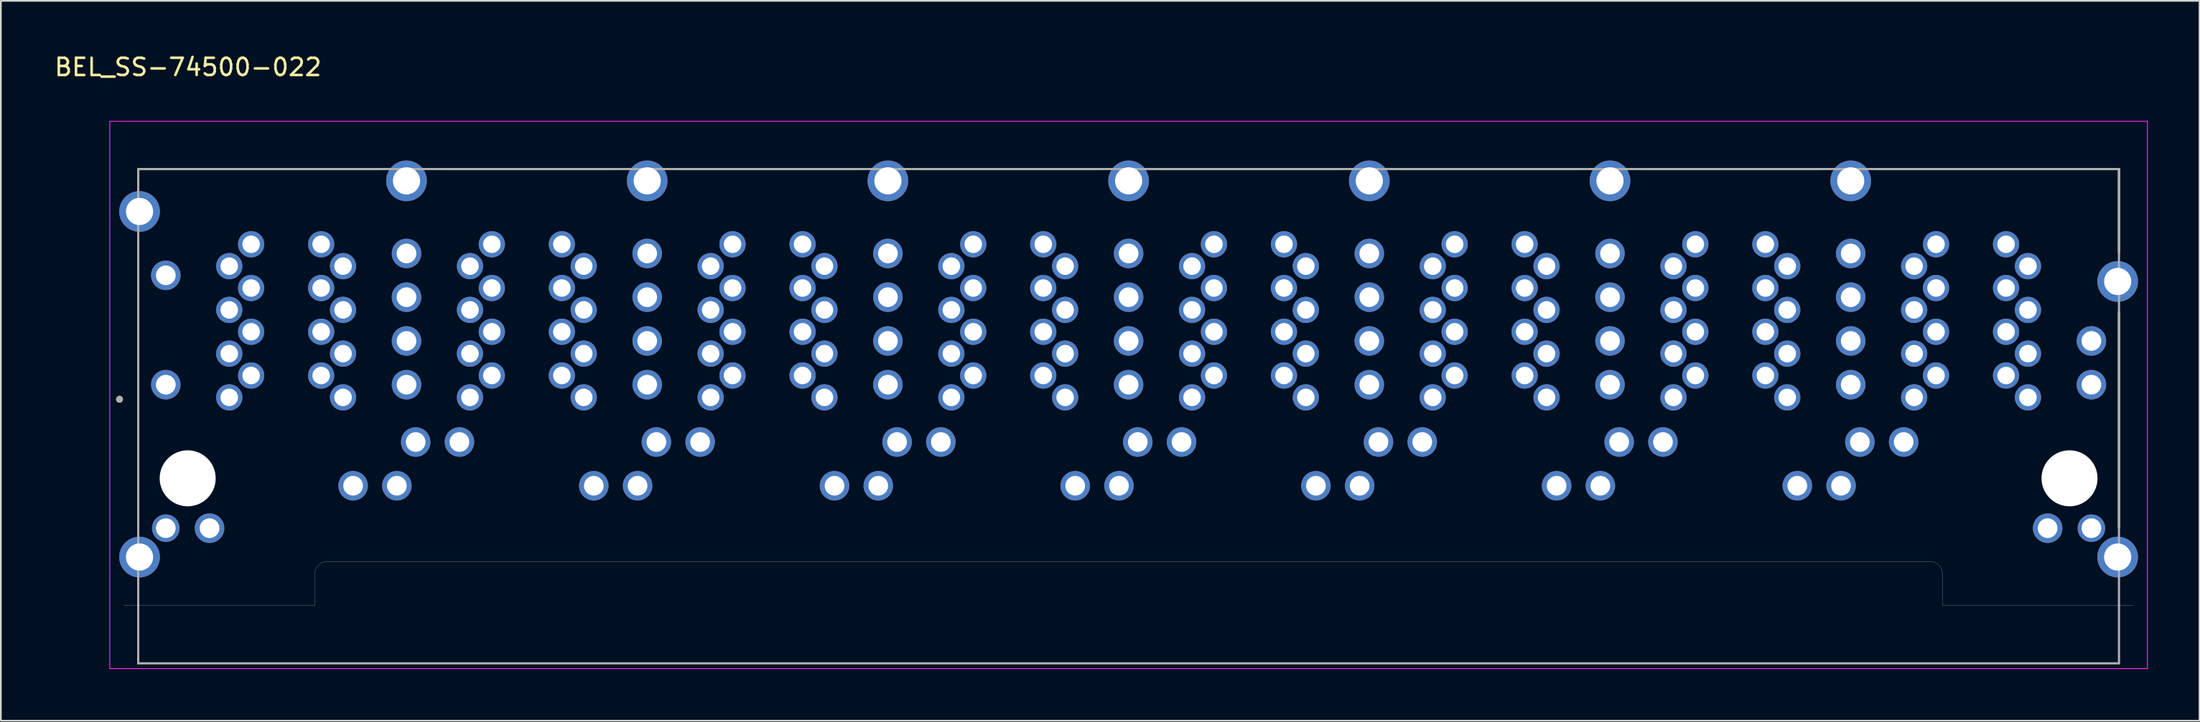
<source format=kicad_pcb>
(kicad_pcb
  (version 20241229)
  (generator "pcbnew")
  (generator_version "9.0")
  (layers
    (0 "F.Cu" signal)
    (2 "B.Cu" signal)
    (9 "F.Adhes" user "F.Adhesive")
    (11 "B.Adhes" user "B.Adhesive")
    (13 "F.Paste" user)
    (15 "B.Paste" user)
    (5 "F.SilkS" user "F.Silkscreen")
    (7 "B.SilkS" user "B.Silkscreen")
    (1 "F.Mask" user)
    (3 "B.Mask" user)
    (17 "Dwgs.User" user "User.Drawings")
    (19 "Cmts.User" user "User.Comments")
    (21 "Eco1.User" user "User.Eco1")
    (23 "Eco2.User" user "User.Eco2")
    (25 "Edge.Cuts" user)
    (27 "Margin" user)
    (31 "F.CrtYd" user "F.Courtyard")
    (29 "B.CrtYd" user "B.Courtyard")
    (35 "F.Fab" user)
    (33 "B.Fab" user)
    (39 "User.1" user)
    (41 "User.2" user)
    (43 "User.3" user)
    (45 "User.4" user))
  (footprint "BEL_SS-74500-022"
    (layer "F.Cu")
    (at 62.453 24.723)
    (property "Reference" "BEL_SS-74500-022" (at -54.59 -23.875 0) (layer "F.SilkS") (effects (font (size 1 1) (thickness 0.15))))
    (attr through_hole)
    (fp_line (start -57.48 -17.192) (end -57.48 -17.958) (stroke (width 0.127) (type solid)) (layer "F.SilkS"))
    (fp_line (start -57.48 -13.716) (end -57.48 2.743) (stroke (width 0.127) (type solid)) (layer "F.SilkS"))
    (fp_line (start -43.434 -17.958) (end -57.48 -17.958) (stroke (width 0.127) (type solid)) (layer "F.SilkS"))
    (fp_line (start -39.878 -17.958) (end -29.845 -17.958) (stroke (width 0.127) (type solid)) (layer "F.SilkS"))
    (fp_line (start -26.162 -17.958) (end -15.748 -17.958) (stroke (width 0.127) (type solid)) (layer "F.SilkS"))
    (fp_line (start -12.192 -17.958) (end -1.778 -17.958) (stroke (width 0.127) (type solid)) (layer "F.SilkS"))
    (fp_line (start 1.778 -17.958) (end 12.192 -17.958) (stroke (width 0.127) (type solid)) (layer "F.SilkS"))
    (fp_line (start 15.748 -17.958) (end 26.162 -17.958) (stroke (width 0.127) (type solid)) (layer "F.SilkS"))
    (fp_line (start 29.718 -17.958) (end 40.132 -17.958) (stroke (width 0.127) (type solid)) (layer "F.SilkS"))
    (fp_line (start 57.48 -17.958) (end 43.434 -17.958) (stroke (width 0.127) (type solid)) (layer "F.SilkS"))
    (fp_line (start 57.48 -13.11) (end 57.48 -17.958) (stroke (width 0.127) (type solid)) (layer "F.SilkS"))
    (fp_line (start 57.48 -9.652) (end 57.48 2.87) (stroke (width 0.127) (type solid)) (layer "F.SilkS"))
    (fp_circle (center -58.565 -4.59) (end -58.465 -4.59) (stroke (width 0.2) (type solid)) (fill no) (layer "F.SilkS"))
    (fp_line (start -58.293 7.366) (end -47.244 7.366) (stroke (width 0.01) (type solid)) (layer "Edge.Cuts"))
    (fp_line (start -47.244 7.366) (end -47.244 5.588) (stroke (width 0.01) (type solid)) (layer "Edge.Cuts"))
    (fp_line (start -46.482 4.826) (end 46.482 4.826) (stroke (width 0.01) (type solid)) (layer "Edge.Cuts"))
    (fp_line (start 47.244 5.588) (end 47.244 7.366) (stroke (width 0.01) (type solid)) (layer "Edge.Cuts"))
    (fp_line (start 47.244 7.366) (end 58.293 7.366) (stroke (width 0.01) (type solid)) (layer "Edge.Cuts"))
    (fp_arc (start -47.244 5.588) (mid -47.020815 5.049185) (end -46.482 4.826) (stroke (width 0.01) (type solid)) (layer "Edge.Cuts"))
    (fp_arc (start 46.482 4.826) (mid 47.020815 5.049185) (end 47.244 5.588) (stroke (width 0.01) (type solid)) (layer "Edge.Cuts"))
    (fp_line (start -59.13 -20.727) (end -59.13 11.05) (stroke (width 0.05) (type solid)) (layer "F.CrtYd"))
    (fp_line (start -59.13 11.05) (end 59.13 11.05) (stroke (width 0.05) (type solid)) (layer "F.CrtYd"))
    (fp_line (start 59.13 -20.727) (end -59.13 -20.727) (stroke (width 0.05) (type solid)) (layer "F.CrtYd"))
    (fp_line (start 59.13 11.05) (end 59.13 -20.727) (stroke (width 0.05) (type solid)) (layer "F.CrtYd"))
    (fp_line (start -57.48 -17.958) (end -57.48 10.744) (stroke (width 0.127) (type solid)) (layer "F.Fab"))
    (fp_line (start -57.48 10.744) (end 57.48 10.744) (stroke (width 0.127) (type solid)) (layer "F.Fab"))
    (fp_line (start 57.48 -17.958) (end -57.48 -17.958) (stroke (width 0.127) (type solid)) (layer "F.Fab"))
    (fp_line (start 57.48 10.744) (end 57.48 -17.958) (stroke (width 0.127) (type solid)) (layer "F.Fab"))
    (fp_circle (center -58.565 -4.59) (end -58.465 -4.59) (stroke (width 0.2) (type solid)) (fill no) (layer "F.Fab"))
    (pad "" np_thru_hole circle (at -54.61 0) (size 3.251 3.251) (drill 3.251) (layers "*.Cu" "*.Mask"))
    (pad "" np_thru_hole circle (at 54.61 0) (size 3.251 3.251) (drill 3.251) (layers "*.Cu" "*.Mask"))
    (pad "1_1" thru_hole circle (at -52.197 -4.699) (size 1.524 1.524) (drill 1.016) (layers "*.Cu" "*.Mask"))
    (pad "1_2" thru_hole circle (at -45.593 -4.699) (size 1.524 1.524) (drill 1.016) (layers "*.Cu" "*.Mask"))
    (pad "1_3" thru_hole circle (at -38.227 -4.699) (size 1.524 1.524) (drill 1.016) (layers "*.Cu" "*.Mask"))
    (pad "1_4" thru_hole circle (at -31.623 -4.699) (size 1.524 1.524) (drill 1.016) (layers "*.Cu" "*.Mask"))
    (pad "1_5" thru_hole circle (at -24.257 -4.699) (size 1.524 1.524) (drill 1.016) (layers "*.Cu" "*.Mask"))
    (pad "1_6" thru_hole circle (at -17.653 -4.699) (size 1.524 1.524) (drill 1.016) (layers "*.Cu" "*.Mask"))
    (pad "1_7" thru_hole circle (at -10.287 -4.699) (size 1.524 1.524) (drill 1.016) (layers "*.Cu" "*.Mask"))
    (pad "1_8" thru_hole circle (at -3.683 -4.699) (size 1.524 1.524) (drill 1.016) (layers "*.Cu" "*.Mask"))
    (pad "1_9" thru_hole circle (at 3.683 -4.699) (size 1.524 1.524) (drill 1.016) (layers "*.Cu" "*.Mask"))
    (pad "1_10" thru_hole circle (at 10.287 -4.699) (size 1.524 1.524) (drill 1.016) (layers "*.Cu" "*.Mask"))
    (pad "1_11" thru_hole circle (at 17.653 -4.699) (size 1.524 1.524) (drill 1.016) (layers "*.Cu" "*.Mask"))
    (pad "1_12" thru_hole circle (at 24.257 -4.699) (size 1.524 1.524) (drill 1.016) (layers "*.Cu" "*.Mask"))
    (pad "1_13" thru_hole circle (at 31.623 -4.699) (size 1.524 1.524) (drill 1.016) (layers "*.Cu" "*.Mask"))
    (pad "1_14" thru_hole circle (at 38.227 -4.699) (size 1.524 1.524) (drill 1.016) (layers "*.Cu" "*.Mask"))
    (pad "1_15" thru_hole circle (at 45.593 -4.699) (size 1.524 1.524) (drill 1.016) (layers "*.Cu" "*.Mask"))
    (pad "1_16" thru_hole circle (at 52.197 -4.699) (size 1.524 1.524) (drill 1.016) (layers "*.Cu" "*.Mask"))
    (pad "2_1" thru_hole circle (at -50.927 -5.969) (size 1.524 1.524) (drill 1.016) (layers "*.Cu" "*.Mask"))
    (pad "2_2" thru_hole circle (at -46.863 -5.969) (size 1.524 1.524) (drill 1.016) (layers "*.Cu" "*.Mask"))
    (pad "2_3" thru_hole circle (at -36.957 -5.969) (size 1.524 1.524) (drill 1.016) (layers "*.Cu" "*.Mask"))
    (pad "2_4" thru_hole circle (at -32.893 -5.969) (size 1.524 1.524) (drill 1.016) (layers "*.Cu" "*.Mask"))
    (pad "2_5" thru_hole circle (at -22.987 -5.969) (size 1.524 1.524) (drill 1.016) (layers "*.Cu" "*.Mask"))
    (pad "2_6" thru_hole circle (at -18.923 -5.969) (size 1.524 1.524) (drill 1.016) (layers "*.Cu" "*.Mask"))
    (pad "2_7" thru_hole circle (at -9.017 -5.969) (size 1.524 1.524) (drill 1.016) (layers "*.Cu" "*.Mask"))
    (pad "2_8" thru_hole circle (at -4.953 -5.969) (size 1.524 1.524) (drill 1.016) (layers "*.Cu" "*.Mask"))
    (pad "2_9" thru_hole circle (at 4.953 -5.969) (size 1.524 1.524) (drill 1.016) (layers "*.Cu" "*.Mask"))
    (pad "2_10" thru_hole circle (at 9.017 -5.969) (size 1.524 1.524) (drill 1.016) (layers "*.Cu" "*.Mask"))
    (pad "2_11" thru_hole circle (at 18.923 -5.969) (size 1.524 1.524) (drill 1.016) (layers "*.Cu" "*.Mask"))
    (pad "2_12" thru_hole circle (at 22.987 -5.969) (size 1.524 1.524) (drill 1.016) (layers "*.Cu" "*.Mask"))
    (pad "2_13" thru_hole circle (at 32.893 -5.969) (size 1.524 1.524) (drill 1.016) (layers "*.Cu" "*.Mask"))
    (pad "2_14" thru_hole circle (at 36.957 -5.969) (size 1.524 1.524) (drill 1.016) (layers "*.Cu" "*.Mask"))
    (pad "2_15" thru_hole circle (at 46.863 -5.969) (size 1.524 1.524) (drill 1.016) (layers "*.Cu" "*.Mask"))
    (pad "2_16" thru_hole circle (at 50.927 -5.969) (size 1.524 1.524) (drill 1.016) (layers "*.Cu" "*.Mask"))
    (pad "3_1" thru_hole circle (at -52.197 -7.239) (size 1.524 1.524) (drill 1.016) (layers "*.Cu" "*.Mask"))
    (pad "3_2" thru_hole circle (at -45.593 -7.239) (size 1.524 1.524) (drill 1.016) (layers "*.Cu" "*.Mask"))
    (pad "3_3" thru_hole circle (at -38.227 -7.239) (size 1.524 1.524) (drill 1.016) (layers "*.Cu" "*.Mask"))
    (pad "3_4" thru_hole circle (at -31.623 -7.239) (size 1.524 1.524) (drill 1.016) (layers "*.Cu" "*.Mask"))
    (pad "3_5" thru_hole circle (at -24.257 -7.239) (size 1.524 1.524) (drill 1.016) (layers "*.Cu" "*.Mask"))
    (pad "3_6" thru_hole circle (at -17.653 -7.239) (size 1.524 1.524) (drill 1.016) (layers "*.Cu" "*.Mask"))
    (pad "3_7" thru_hole circle (at -10.287 -7.239) (size 1.524 1.524) (drill 1.016) (layers "*.Cu" "*.Mask"))
    (pad "3_8" thru_hole circle (at -3.683 -7.239) (size 1.524 1.524) (drill 1.016) (layers "*.Cu" "*.Mask"))
    (pad "3_9" thru_hole circle (at 3.683 -7.239) (size 1.524 1.524) (drill 1.016) (layers "*.Cu" "*.Mask"))
    (pad "3_10" thru_hole circle (at 10.287 -7.239) (size 1.524 1.524) (drill 1.016) (layers "*.Cu" "*.Mask"))
    (pad "3_11" thru_hole circle (at 17.653 -7.239) (size 1.524 1.524) (drill 1.016) (layers "*.Cu" "*.Mask"))
    (pad "3_12" thru_hole circle (at 24.257 -7.239) (size 1.524 1.524) (drill 1.016) (layers "*.Cu" "*.Mask"))
    (pad "3_13" thru_hole circle (at 31.623 -7.239) (size 1.524 1.524) (drill 1.016) (layers "*.Cu" "*.Mask"))
    (pad "3_14" thru_hole circle (at 38.227 -7.239) (size 1.524 1.524) (drill 1.016) (layers "*.Cu" "*.Mask"))
    (pad "3_15" thru_hole circle (at 45.593 -7.239) (size 1.524 1.524) (drill 1.016) (layers "*.Cu" "*.Mask"))
    (pad "3_16" thru_hole circle (at 52.197 -7.239) (size 1.524 1.524) (drill 1.016) (layers "*.Cu" "*.Mask"))
    (pad "4_1" thru_hole circle (at -50.927 -8.509) (size 1.524 1.524) (drill 1.016) (layers "*.Cu" "*.Mask"))
    (pad "4_2" thru_hole circle (at -46.863 -8.509) (size 1.524 1.524) (drill 1.016) (layers "*.Cu" "*.Mask"))
    (pad "4_3" thru_hole circle (at -36.957 -8.509) (size 1.524 1.524) (drill 1.016) (layers "*.Cu" "*.Mask"))
    (pad "4_4" thru_hole circle (at -32.893 -8.509) (size 1.524 1.524) (drill 1.016) (layers "*.Cu" "*.Mask"))
    (pad "4_5" thru_hole circle (at -22.987 -8.509) (size 1.524 1.524) (drill 1.016) (layers "*.Cu" "*.Mask"))
    (pad "4_6" thru_hole circle (at -18.923 -8.509) (size 1.524 1.524) (drill 1.016) (layers "*.Cu" "*.Mask"))
    (pad "4_7" thru_hole circle (at -9.017 -8.509) (size 1.524 1.524) (drill 1.016) (layers "*.Cu" "*.Mask"))
    (pad "4_8" thru_hole circle (at -4.953 -8.509) (size 1.524 1.524) (drill 1.016) (layers "*.Cu" "*.Mask"))
    (pad "4_9" thru_hole circle (at 4.953 -8.509) (size 1.524 1.524) (drill 1.016) (layers "*.Cu" "*.Mask"))
    (pad "4_10" thru_hole circle (at 9.017 -8.509) (size 1.524 1.524) (drill 1.016) (layers "*.Cu" "*.Mask"))
    (pad "4_11" thru_hole circle (at 18.923 -8.509) (size 1.524 1.524) (drill 1.016) (layers "*.Cu" "*.Mask"))
    (pad "4_12" thru_hole circle (at 22.987 -8.509) (size 1.524 1.524) (drill 1.016) (layers "*.Cu" "*.Mask"))
    (pad "4_13" thru_hole circle (at 32.893 -8.509) (size 1.524 1.524) (drill 1.016) (layers "*.Cu" "*.Mask"))
    (pad "4_14" thru_hole circle (at 36.957 -8.509) (size 1.524 1.524) (drill 1.016) (layers "*.Cu" "*.Mask"))
    (pad "4_15" thru_hole circle (at 46.863 -8.509) (size 1.524 1.524) (drill 1.016) (layers "*.Cu" "*.Mask"))
    (pad "4_16" thru_hole circle (at 50.927 -8.509) (size 1.524 1.524) (drill 1.016) (layers "*.Cu" "*.Mask"))
    (pad "5_1" thru_hole circle (at -52.197 -9.779) (size 1.524 1.524) (drill 1.016) (layers "*.Cu" "*.Mask"))
    (pad "5_2" thru_hole circle (at -45.593 -9.779) (size 1.524 1.524) (drill 1.016) (layers "*.Cu" "*.Mask"))
    (pad "5_3" thru_hole circle (at -38.227 -9.779) (size 1.524 1.524) (drill 1.016) (layers "*.Cu" "*.Mask"))
    (pad "5_4" thru_hole circle (at -31.623 -9.779) (size 1.524 1.524) (drill 1.016) (layers "*.Cu" "*.Mask"))
    (pad "5_5" thru_hole circle (at -24.257 -9.779) (size 1.524 1.524) (drill 1.016) (layers "*.Cu" "*.Mask"))
    (pad "5_6" thru_hole circle (at -17.653 -9.779) (size 1.524 1.524) (drill 1.016) (layers "*.Cu" "*.Mask"))
    (pad "5_7" thru_hole circle (at -10.287 -9.779) (size 1.524 1.524) (drill 1.016) (layers "*.Cu" "*.Mask"))
    (pad "5_8" thru_hole circle (at -3.683 -9.779) (size 1.524 1.524) (drill 1.016) (layers "*.Cu" "*.Mask"))
    (pad "5_9" thru_hole circle (at 3.683 -9.779) (size 1.524 1.524) (drill 1.016) (layers "*.Cu" "*.Mask"))
    (pad "5_10" thru_hole circle (at 10.287 -9.779) (size 1.524 1.524) (drill 1.016) (layers "*.Cu" "*.Mask"))
    (pad "5_11" thru_hole circle (at 17.653 -9.779) (size 1.524 1.524) (drill 1.016) (layers "*.Cu" "*.Mask"))
    (pad "5_12" thru_hole circle (at 24.257 -9.779) (size 1.524 1.524) (drill 1.016) (layers "*.Cu" "*.Mask"))
    (pad "5_13" thru_hole circle (at 31.623 -9.779) (size 1.524 1.524) (drill 1.016) (layers "*.Cu" "*.Mask"))
    (pad "5_14" thru_hole circle (at 38.227 -9.779) (size 1.524 1.524) (drill 1.016) (layers "*.Cu" "*.Mask"))
    (pad "5_15" thru_hole circle (at 45.593 -9.779) (size 1.524 1.524) (drill 1.016) (layers "*.Cu" "*.Mask"))
    (pad "5_16" thru_hole circle (at 52.197 -9.779) (size 1.524 1.524) (drill 1.016) (layers "*.Cu" "*.Mask"))
    (pad "6_1" thru_hole circle (at -50.927 -11.049) (size 1.524 1.524) (drill 1.016) (layers "*.Cu" "*.Mask"))
    (pad "6_2" thru_hole circle (at -46.863 -11.049) (size 1.524 1.524) (drill 1.016) (layers "*.Cu" "*.Mask"))
    (pad "6_3" thru_hole circle (at -36.957 -11.049) (size 1.524 1.524) (drill 1.016) (layers "*.Cu" "*.Mask"))
    (pad "6_4" thru_hole circle (at -32.893 -11.049) (size 1.524 1.524) (drill 1.016) (layers "*.Cu" "*.Mask"))
    (pad "6_5" thru_hole circle (at -22.987 -11.049) (size 1.524 1.524) (drill 1.016) (layers "*.Cu" "*.Mask"))
    (pad "6_6" thru_hole circle (at -18.923 -11.049) (size 1.524 1.524) (drill 1.016) (layers "*.Cu" "*.Mask"))
    (pad "6_7" thru_hole circle (at -9.017 -11.049) (size 1.524 1.524) (drill 1.016) (layers "*.Cu" "*.Mask"))
    (pad "6_8" thru_hole circle (at -4.953 -11.049) (size 1.524 1.524) (drill 1.016) (layers "*.Cu" "*.Mask"))
    (pad "6_9" thru_hole circle (at 4.953 -11.049) (size 1.524 1.524) (drill 1.016) (layers "*.Cu" "*.Mask"))
    (pad "6_10" thru_hole circle (at 9.017 -11.049) (size 1.524 1.524) (drill 1.016) (layers "*.Cu" "*.Mask"))
    (pad "6_11" thru_hole circle (at 18.923 -11.049) (size 1.524 1.524) (drill 1.016) (layers "*.Cu" "*.Mask"))
    (pad "6_12" thru_hole circle (at 22.987 -11.049) (size 1.524 1.524) (drill 1.016) (layers "*.Cu" "*.Mask"))
    (pad "6_13" thru_hole circle (at 32.893 -11.049) (size 1.524 1.524) (drill 1.016) (layers "*.Cu" "*.Mask"))
    (pad "6_14" thru_hole circle (at 36.957 -11.049) (size 1.524 1.524) (drill 1.016) (layers "*.Cu" "*.Mask"))
    (pad "6_15" thru_hole circle (at 46.863 -11.049) (size 1.524 1.524) (drill 1.016) (layers "*.Cu" "*.Mask"))
    (pad "6_16" thru_hole circle (at 50.927 -11.049) (size 1.524 1.524) (drill 1.016) (layers "*.Cu" "*.Mask"))
    (pad "7_1" thru_hole circle (at -52.197 -12.319) (size 1.524 1.524) (drill 1.016) (layers "*.Cu" "*.Mask"))
    (pad "7_2" thru_hole circle (at -45.593 -12.319) (size 1.524 1.524) (drill 1.016) (layers "*.Cu" "*.Mask"))
    (pad "7_3" thru_hole circle (at -38.227 -12.319) (size 1.524 1.524) (drill 1.016) (layers "*.Cu" "*.Mask"))
    (pad "7_4" thru_hole circle (at -31.623 -12.319) (size 1.524 1.524) (drill 1.016) (layers "*.Cu" "*.Mask"))
    (pad "7_5" thru_hole circle (at -24.257 -12.319) (size 1.524 1.524) (drill 1.016) (layers "*.Cu" "*.Mask"))
    (pad "7_6" thru_hole circle (at -17.653 -12.319) (size 1.524 1.524) (drill 1.016) (layers "*.Cu" "*.Mask"))
    (pad "7_7" thru_hole circle (at -10.287 -12.319) (size 1.524 1.524) (drill 1.016) (layers "*.Cu" "*.Mask"))
    (pad "7_8" thru_hole circle (at -3.683 -12.319) (size 1.524 1.524) (drill 1.016) (layers "*.Cu" "*.Mask"))
    (pad "7_9" thru_hole circle (at 3.683 -12.319) (size 1.524 1.524) (drill 1.016) (layers "*.Cu" "*.Mask"))
    (pad "7_10" thru_hole circle (at 10.287 -12.319) (size 1.524 1.524) (drill 1.016) (layers "*.Cu" "*.Mask"))
    (pad "7_11" thru_hole circle (at 17.653 -12.319) (size 1.524 1.524) (drill 1.016) (layers "*.Cu" "*.Mask"))
    (pad "7_12" thru_hole circle (at 24.257 -12.319) (size 1.524 1.524) (drill 1.016) (layers "*.Cu" "*.Mask"))
    (pad "7_13" thru_hole circle (at 31.623 -12.319) (size 1.524 1.524) (drill 1.016) (layers "*.Cu" "*.Mask"))
    (pad "7_14" thru_hole circle (at 38.227 -12.319) (size 1.524 1.524) (drill 1.016) (layers "*.Cu" "*.Mask"))
    (pad "7_15" thru_hole circle (at 45.593 -12.319) (size 1.524 1.524) (drill 1.016) (layers "*.Cu" "*.Mask"))
    (pad "7_16" thru_hole circle (at 52.197 -12.319) (size 1.524 1.524) (drill 1.016) (layers "*.Cu" "*.Mask"))
    (pad "8_1" thru_hole circle (at -50.927 -13.589) (size 1.524 1.524) (drill 1.016) (layers "*.Cu" "*.Mask"))
    (pad "8_2" thru_hole circle (at -46.863 -13.589) (size 1.524 1.524) (drill 1.016) (layers "*.Cu" "*.Mask"))
    (pad "8_3" thru_hole circle (at -36.957 -13.589) (size 1.524 1.524) (drill 1.016) (layers "*.Cu" "*.Mask"))
    (pad "8_4" thru_hole circle (at -32.893 -13.589) (size 1.524 1.524) (drill 1.016) (layers "*.Cu" "*.Mask"))
    (pad "8_5" thru_hole circle (at -22.987 -13.589) (size 1.524 1.524) (drill 1.016) (layers "*.Cu" "*.Mask"))
    (pad "8_6" thru_hole circle (at -18.923 -13.589) (size 1.524 1.524) (drill 1.016) (layers "*.Cu" "*.Mask"))
    (pad "8_7" thru_hole circle (at -9.017 -13.589) (size 1.524 1.524) (drill 1.016) (layers "*.Cu" "*.Mask"))
    (pad "8_8" thru_hole circle (at -4.953 -13.589) (size 1.524 1.524) (drill 1.016) (layers "*.Cu" "*.Mask"))
    (pad "8_9" thru_hole circle (at 4.953 -13.589) (size 1.524 1.524) (drill 1.016) (layers "*.Cu" "*.Mask"))
    (pad "8_10" thru_hole circle (at 9.017 -13.589) (size 1.524 1.524) (drill 1.016) (layers "*.Cu" "*.Mask"))
    (pad "8_11" thru_hole circle (at 18.923 -13.589) (size 1.524 1.524) (drill 1.016) (layers "*.Cu" "*.Mask"))
    (pad "8_12" thru_hole circle (at 22.987 -13.589) (size 1.524 1.524) (drill 1.016) (layers "*.Cu" "*.Mask"))
    (pad "8_13" thru_hole circle (at 32.893 -13.589) (size 1.524 1.524) (drill 1.016) (layers "*.Cu" "*.Mask"))
    (pad "8_14" thru_hole circle (at 36.957 -13.589) (size 1.524 1.524) (drill 1.016) (layers "*.Cu" "*.Mask"))
    (pad "8_15" thru_hole circle (at 46.863 -13.589) (size 1.524 1.524) (drill 1.016) (layers "*.Cu" "*.Mask"))
    (pad "8_16" thru_hole circle (at 50.927 -13.589) (size 1.524 1.524) (drill 1.016) (layers "*.Cu" "*.Mask"))
    (pad "9_1" thru_hole circle (at -55.88 2.896) (size 1.6 1.6) (drill 1.143) (layers "*.Cu" "*.Mask"))
    (pad "9_2" thru_hole circle (at -55.88 -11.786) (size 1.714 1.714) (drill 1.143) (layers "*.Cu" "*.Mask"))
    (pad "9_3" thru_hole circle (at -41.377 -2.108) (size 1.714 1.714) (drill 1.143) (layers "*.Cu" "*.Mask"))
    (pad "9_4" thru_hole circle (at -41.91 -13.056) (size 1.714 1.714) (drill 1.143) (layers "*.Cu" "*.Mask"))
    (pad "9_5" thru_hole circle (at -27.407 -2.108) (size 1.714 1.714) (drill 1.143) (layers "*.Cu" "*.Mask"))
    (pad "9_6" thru_hole circle (at -27.94 -13.056) (size 1.714 1.714) (drill 1.143) (layers "*.Cu" "*.Mask"))
    (pad "9_7" thru_hole circle (at -13.437 -2.108) (size 1.714 1.714) (drill 1.143) (layers "*.Cu" "*.Mask"))
    (pad "9_8" thru_hole circle (at -13.97 -13.056) (size 1.714 1.714) (drill 1.143) (layers "*.Cu" "*.Mask"))
    (pad "9_9" thru_hole circle (at 0.533 -2.108) (size 1.714 1.714) (drill 1.143) (layers "*.Cu" "*.Mask"))
    (pad "9_10" thru_hole circle (at 0 -13.056) (size 1.714 1.714) (drill 1.143) (layers "*.Cu" "*.Mask"))
    (pad "9_11" thru_hole circle (at 14.503 -2.108) (size 1.714 1.714) (drill 1.143) (layers "*.Cu" "*.Mask"))
    (pad "9_12" thru_hole circle (at 13.97 -13.056) (size 1.714 1.714) (drill 1.143) (layers "*.Cu" "*.Mask"))
    (pad "9_13" thru_hole circle (at 28.473 -2.108) (size 1.714 1.714) (drill 1.143) (layers "*.Cu" "*.Mask"))
    (pad "9_14" thru_hole circle (at 27.94 -13.056) (size 1.714 1.714) (drill 1.143) (layers "*.Cu" "*.Mask"))
    (pad "9_15" thru_hole circle (at 42.443 -2.108) (size 1.714 1.714) (drill 1.143) (layers "*.Cu" "*.Mask"))
    (pad "9_16" thru_hole circle (at 41.91 -13.056) (size 1.714 1.714) (drill 1.143) (layers "*.Cu" "*.Mask"))
    (pad "10_1" thru_hole circle (at -53.34 2.896) (size 1.714 1.714) (drill 1.143) (layers "*.Cu" "*.Mask"))
    (pad "10_2" thru_hole circle (at -55.88 -5.436) (size 1.714 1.714) (drill 1.143) (layers "*.Cu" "*.Mask"))
    (pad "10_3" thru_hole circle (at -38.837 -2.108) (size 1.714 1.714) (drill 1.143) (layers "*.Cu" "*.Mask"))
    (pad "10_4" thru_hole circle (at -41.91 -7.976) (size 1.714 1.714) (drill 1.143) (layers "*.Cu" "*.Mask"))
    (pad "10_5" thru_hole circle (at -24.867 -2.108) (size 1.714 1.714) (drill 1.143) (layers "*.Cu" "*.Mask"))
    (pad "10_6" thru_hole circle (at -27.94 -7.976) (size 1.714 1.714) (drill 1.143) (layers "*.Cu" "*.Mask"))
    (pad "10_7" thru_hole circle (at -10.897 -2.108) (size 1.714 1.714) (drill 1.143) (layers "*.Cu" "*.Mask"))
    (pad "10_8" thru_hole circle (at -13.97 -7.976) (size 1.714 1.714) (drill 1.143) (layers "*.Cu" "*.Mask"))
    (pad "10_9" thru_hole circle (at 3.073 -2.108) (size 1.714 1.714) (drill 1.143) (layers "*.Cu" "*.Mask"))
    (pad "10_10" thru_hole circle (at 0 -7.976) (size 1.714 1.714) (drill 1.143) (layers "*.Cu" "*.Mask"))
    (pad "10_11" thru_hole circle (at 17.043 -2.108) (size 1.714 1.714) (drill 1.143) (layers "*.Cu" "*.Mask"))
    (pad "10_12" thru_hole circle (at 13.97 -7.976) (size 1.714 1.714) (drill 1.143) (layers "*.Cu" "*.Mask"))
    (pad "10_13" thru_hole circle (at 31.013 -2.108) (size 1.714 1.714) (drill 1.143) (layers "*.Cu" "*.Mask"))
    (pad "10_14" thru_hole circle (at 27.94 -7.976) (size 1.714 1.714) (drill 1.143) (layers "*.Cu" "*.Mask"))
    (pad "10_15" thru_hole circle (at 44.983 -2.108) (size 1.714 1.714) (drill 1.143) (layers "*.Cu" "*.Mask"))
    (pad "10_16" thru_hole circle (at 41.91 -7.976) (size 1.714 1.714) (drill 1.143) (layers "*.Cu" "*.Mask"))
    (pad "11_1" thru_hole circle (at -45.009 0.432) (size 1.714 1.714) (drill 1.143) (layers "*.Cu" "*.Mask"))
    (pad "11_2" thru_hole circle (at -41.91 -10.516) (size 1.714 1.714) (drill 1.143) (layers "*.Cu" "*.Mask"))
    (pad "11_3" thru_hole circle (at -31.039 0.432) (size 1.714 1.714) (drill 1.143) (layers "*.Cu" "*.Mask"))
    (pad "11_4" thru_hole circle (at -27.94 -10.516) (size 1.714 1.714) (drill 1.143) (layers "*.Cu" "*.Mask"))
    (pad "11_5" thru_hole circle (at -17.069 0.432) (size 1.714 1.714) (drill 1.143) (layers "*.Cu" "*.Mask"))
    (pad "11_6" thru_hole circle (at -13.97 -10.516) (size 1.714 1.714) (drill 1.143) (layers "*.Cu" "*.Mask"))
    (pad "11_7" thru_hole circle (at -3.099 0.432) (size 1.714 1.714) (drill 1.143) (layers "*.Cu" "*.Mask"))
    (pad "11_8" thru_hole circle (at 0 -10.516) (size 1.714 1.714) (drill 1.143) (layers "*.Cu" "*.Mask"))
    (pad "11_9" thru_hole circle (at 10.871 0.432) (size 1.714 1.714) (drill 1.143) (layers "*.Cu" "*.Mask"))
    (pad "11_10" thru_hole circle (at 13.97 -10.516) (size 1.714 1.714) (drill 1.143) (layers "*.Cu" "*.Mask"))
    (pad "11_11" thru_hole circle (at 24.841 0.432) (size 1.714 1.714) (drill 1.143) (layers "*.Cu" "*.Mask"))
    (pad "11_12" thru_hole circle (at 27.94 -10.516) (size 1.714 1.714) (drill 1.143) (layers "*.Cu" "*.Mask"))
    (pad "11_13" thru_hole circle (at 38.811 0.432) (size 1.714 1.714) (drill 1.143) (layers "*.Cu" "*.Mask"))
    (pad "11_14" thru_hole circle (at 41.91 -10.516) (size 1.714 1.714) (drill 1.143) (layers "*.Cu" "*.Mask"))
    (pad "11_15" thru_hole circle (at 53.34 2.896) (size 1.714 1.714) (drill 1.143) (layers "*.Cu" "*.Mask"))
    (pad "11_16" thru_hole circle (at 55.88 -7.976) (size 1.714 1.714) (drill 1.143) (layers "*.Cu" "*.Mask"))
    (pad "12_1" thru_hole circle (at -42.469 0.432) (size 1.714 1.714) (drill 1.143) (layers "*.Cu" "*.Mask"))
    (pad "12_2" thru_hole circle (at -41.91 -5.436) (size 1.714 1.714) (drill 1.143) (layers "*.Cu" "*.Mask"))
    (pad "12_3" thru_hole circle (at -28.499 0.432) (size 1.714 1.714) (drill 1.143) (layers "*.Cu" "*.Mask"))
    (pad "12_4" thru_hole circle (at -27.94 -5.436) (size 1.714 1.714) (drill 1.143) (layers "*.Cu" "*.Mask"))
    (pad "12_5" thru_hole circle (at -14.529 0.432) (size 1.714 1.714) (drill 1.143) (layers "*.Cu" "*.Mask"))
    (pad "12_6" thru_hole circle (at -13.97 -5.436) (size 1.714 1.714) (drill 1.143) (layers "*.Cu" "*.Mask"))
    (pad "12_7" thru_hole circle (at -0.559 0.432) (size 1.714 1.714) (drill 1.143) (layers "*.Cu" "*.Mask"))
    (pad "12_8" thru_hole circle (at 0 -5.436) (size 1.714 1.714) (drill 1.143) (layers "*.Cu" "*.Mask"))
    (pad "12_9" thru_hole circle (at 13.411 0.432) (size 1.714 1.714) (drill 1.143) (layers "*.Cu" "*.Mask"))
    (pad "12_10" thru_hole circle (at 13.97 -5.436) (size 1.714 1.714) (drill 1.143) (layers "*.Cu" "*.Mask"))
    (pad "12_11" thru_hole circle (at 27.381 0.432) (size 1.714 1.714) (drill 1.143) (layers "*.Cu" "*.Mask"))
    (pad "12_12" thru_hole circle (at 27.94 -5.436) (size 1.714 1.714) (drill 1.143) (layers "*.Cu" "*.Mask"))
    (pad "12_13" thru_hole circle (at 41.351 0.432) (size 1.714 1.714) (drill 1.143) (layers "*.Cu" "*.Mask"))
    (pad "12_14" thru_hole circle (at 41.91 -5.436) (size 1.714 1.714) (drill 1.143) (layers "*.Cu" "*.Mask"))
    (pad "12_15" thru_hole circle (at 55.88 2.896) (size 1.6 1.6) (drill 1.143) (layers "*.Cu" "*.Mask"))
    (pad "12_16" thru_hole circle (at 55.88 -5.436) (size 1.714 1.714) (drill 1.143) (layers "*.Cu" "*.Mask"))
    (pad "S1" thru_hole circle (at 57.404 -11.43) (size 2.362 2.362) (drill 1.575) (layers "*.Cu" "*.Mask"))
    (pad "S2" thru_hole circle (at -41.91 -17.272) (size 2.362 2.362) (drill 1.575) (layers "*.Cu" "*.Mask"))
    (pad "S3" thru_hole circle (at -57.404 4.572) (size 2.362 2.362) (drill 1.575) (layers "*.Cu" "*.Mask"))
    (pad "S4" thru_hole circle (at -57.404 -15.494) (size 2.362 2.362) (drill 1.575) (layers "*.Cu" "*.Mask"))
    (pad "S5" thru_hole circle (at 57.404 4.572) (size 2.362 2.362) (drill 1.575) (layers "*.Cu" "*.Mask"))
    (pad "S6" thru_hole circle (at -27.94 -17.272) (size 2.362 2.362) (drill 1.575) (layers "*.Cu" "*.Mask"))
    (pad "S7" thru_hole circle (at -13.97 -17.272) (size 2.362 2.362) (drill 1.575) (layers "*.Cu" "*.Mask"))
    (pad "S8" thru_hole circle (at 0 -17.272) (size 2.362 2.362) (drill 1.575) (layers "*.Cu" "*.Mask"))
    (pad "S9" thru_hole circle (at 13.97 -17.272) (size 2.362 2.362) (drill 1.575) (layers "*.Cu" "*.Mask"))
    (pad "S10" thru_hole circle (at 27.94 -17.272) (size 2.362 2.362) (drill 1.575) (layers "*.Cu" "*.Mask"))
    (pad "S11" thru_hole circle (at 41.91 -17.272) (size 2.362 2.362) (drill 1.575) (layers "*.Cu" "*.Mask")))
  (gr_rect
    (start -3 -3)
    (end 124.608 38.798)
    (stroke (width 0.1) (type default))
    (fill no)
    (layer "Edge.Cuts")))
</source>
